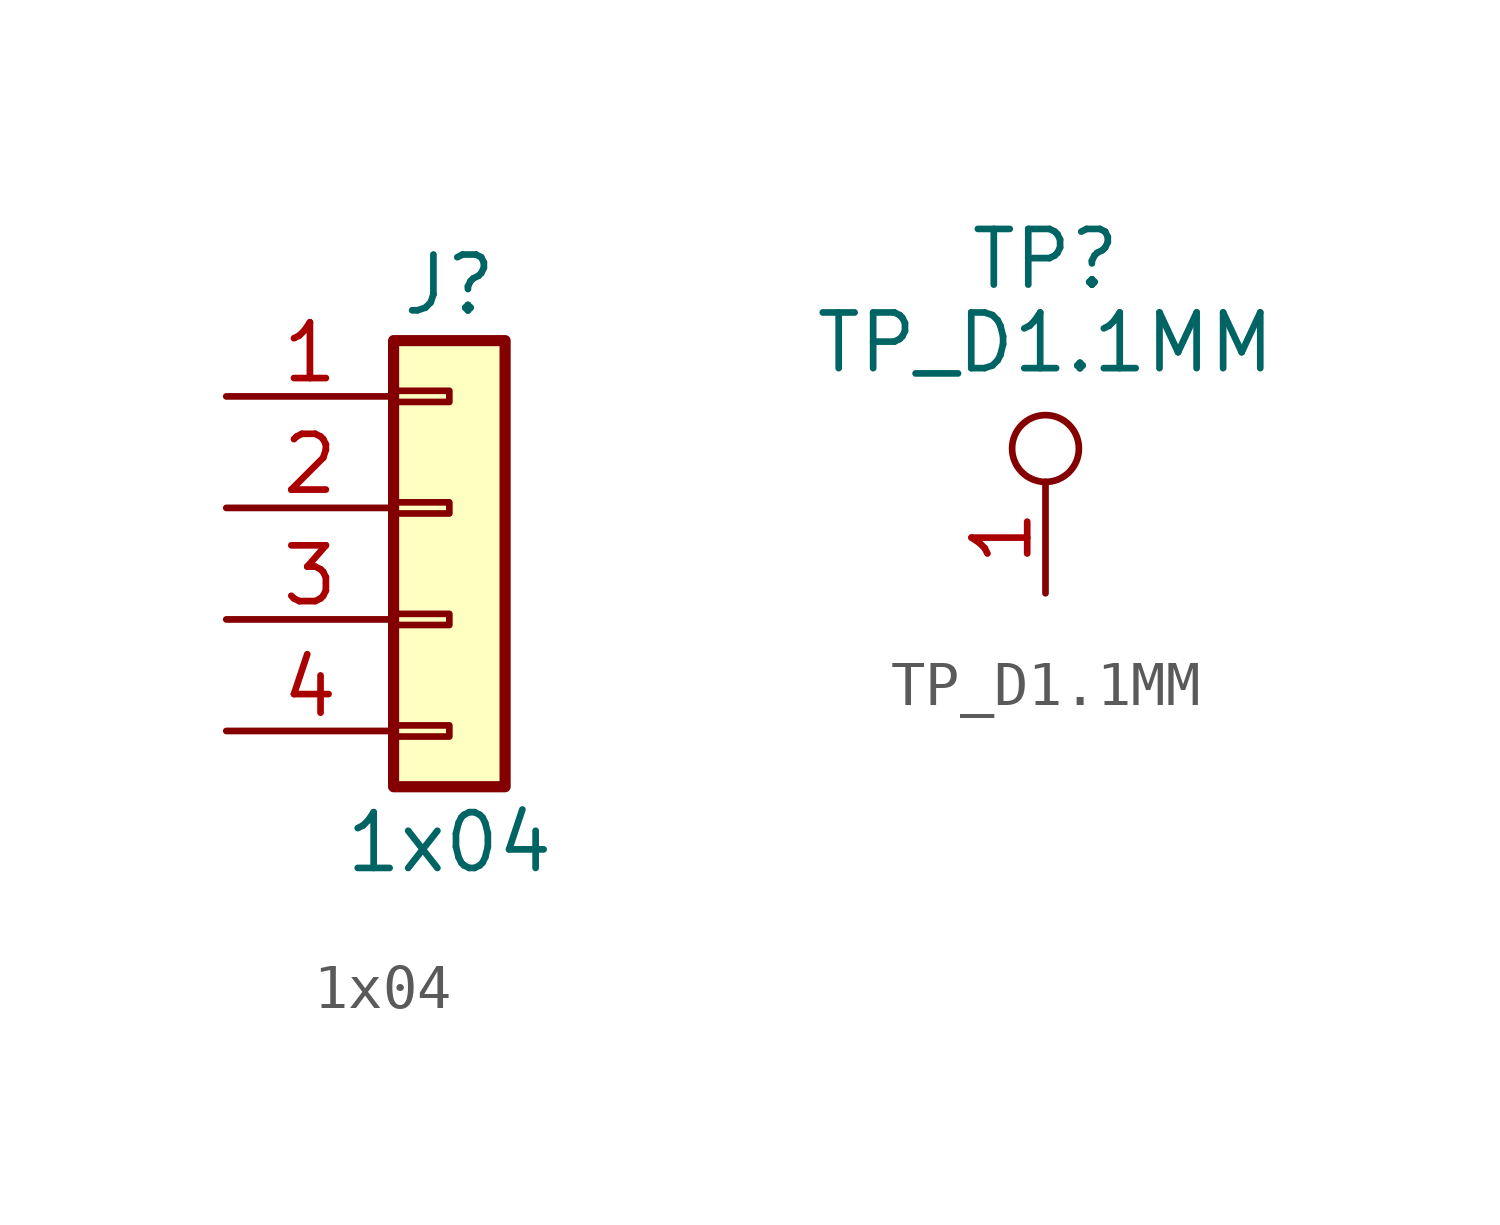
<source format=kicad_sym>
(kicad_symbol_lib
  (version 20220914)
  (generator kicad_symbol_editor)
  (symbol "1x04"
    (pin_names
      (offset 1.016) hide)
    (property "Reference" "J"
      (at 0 5.08 0)
      (effects (font (size 1.27 1.27))))
    (property "Value" "1x04"
      (at 0 -7.62 0)
      (effects (font (size 1.27 1.27))))
    (symbol "1x04_1_1"
      (rectangle (start -1.27 -4.953) (end 0 -5.207) (stroke (width 0.152) (type solid)) (fill (type none)))
      (rectangle (start -1.27 -2.413) (end 0 -2.667) (stroke (width 0.152) (type solid)) (fill (type none)))
      (rectangle (start -1.27 0.127) (end 0 -0.127) (stroke (width 0.152) (type solid)) (fill (type none)))
      (rectangle (start -1.27 2.667) (end 0 2.413) (stroke (width 0.152) (type solid)) (fill (type none)))
      (rectangle (start -1.27 3.81) (end 1.27 -6.35) (stroke (width 0.254) (type solid)) (fill (type background)))
      (pin passive line (at -5.08 2.54 0) (length 3.81) (name "Pin_1" (effects (font (size 1.27 1.27)))) (number "1" (effects (font (size 1.27 1.27)))))
      (pin passive line (at -5.08 0 0) (length 3.81) (name "Pin_2" (effects (font (size 1.27 1.27)))) (number "2" (effects (font (size 1.27 1.27)))))
      (pin passive line (at -5.08 -2.54 0) (length 3.81) (name "Pin_3" (effects (font (size 1.27 1.27)))) (number "3" (effects (font (size 1.27 1.27)))))
      (pin passive line (at -5.08 -5.08 0) (length 3.81) (name "Pin_4" (effects (font (size 1.27 1.27)))) (number "4" (effects (font (size 1.27 1.27)))))))
  (symbol "TP_D1.1MM"
    (property "Reference" "TP"
      (at 0 7.62 0)
      (effects (font (size 1.27 1.27))))
    (property "Value" "TP_D1.1MM"
      (at 0 5.715 0)
      (effects (font (size 1.27 1.27))))
    (symbol "TP_D1.1MM_1_1"
      (circle (center 0 3.302) (radius 0.762) (stroke (width 0) (type solid)) (fill (type none)))
      (pin passive line (at 0 0 90) (length 2.54) (name "~" (effects (font (size 1.27 1.27)))) (number "1" (effects (font (size 1.27 1.27))))))))
</source>
